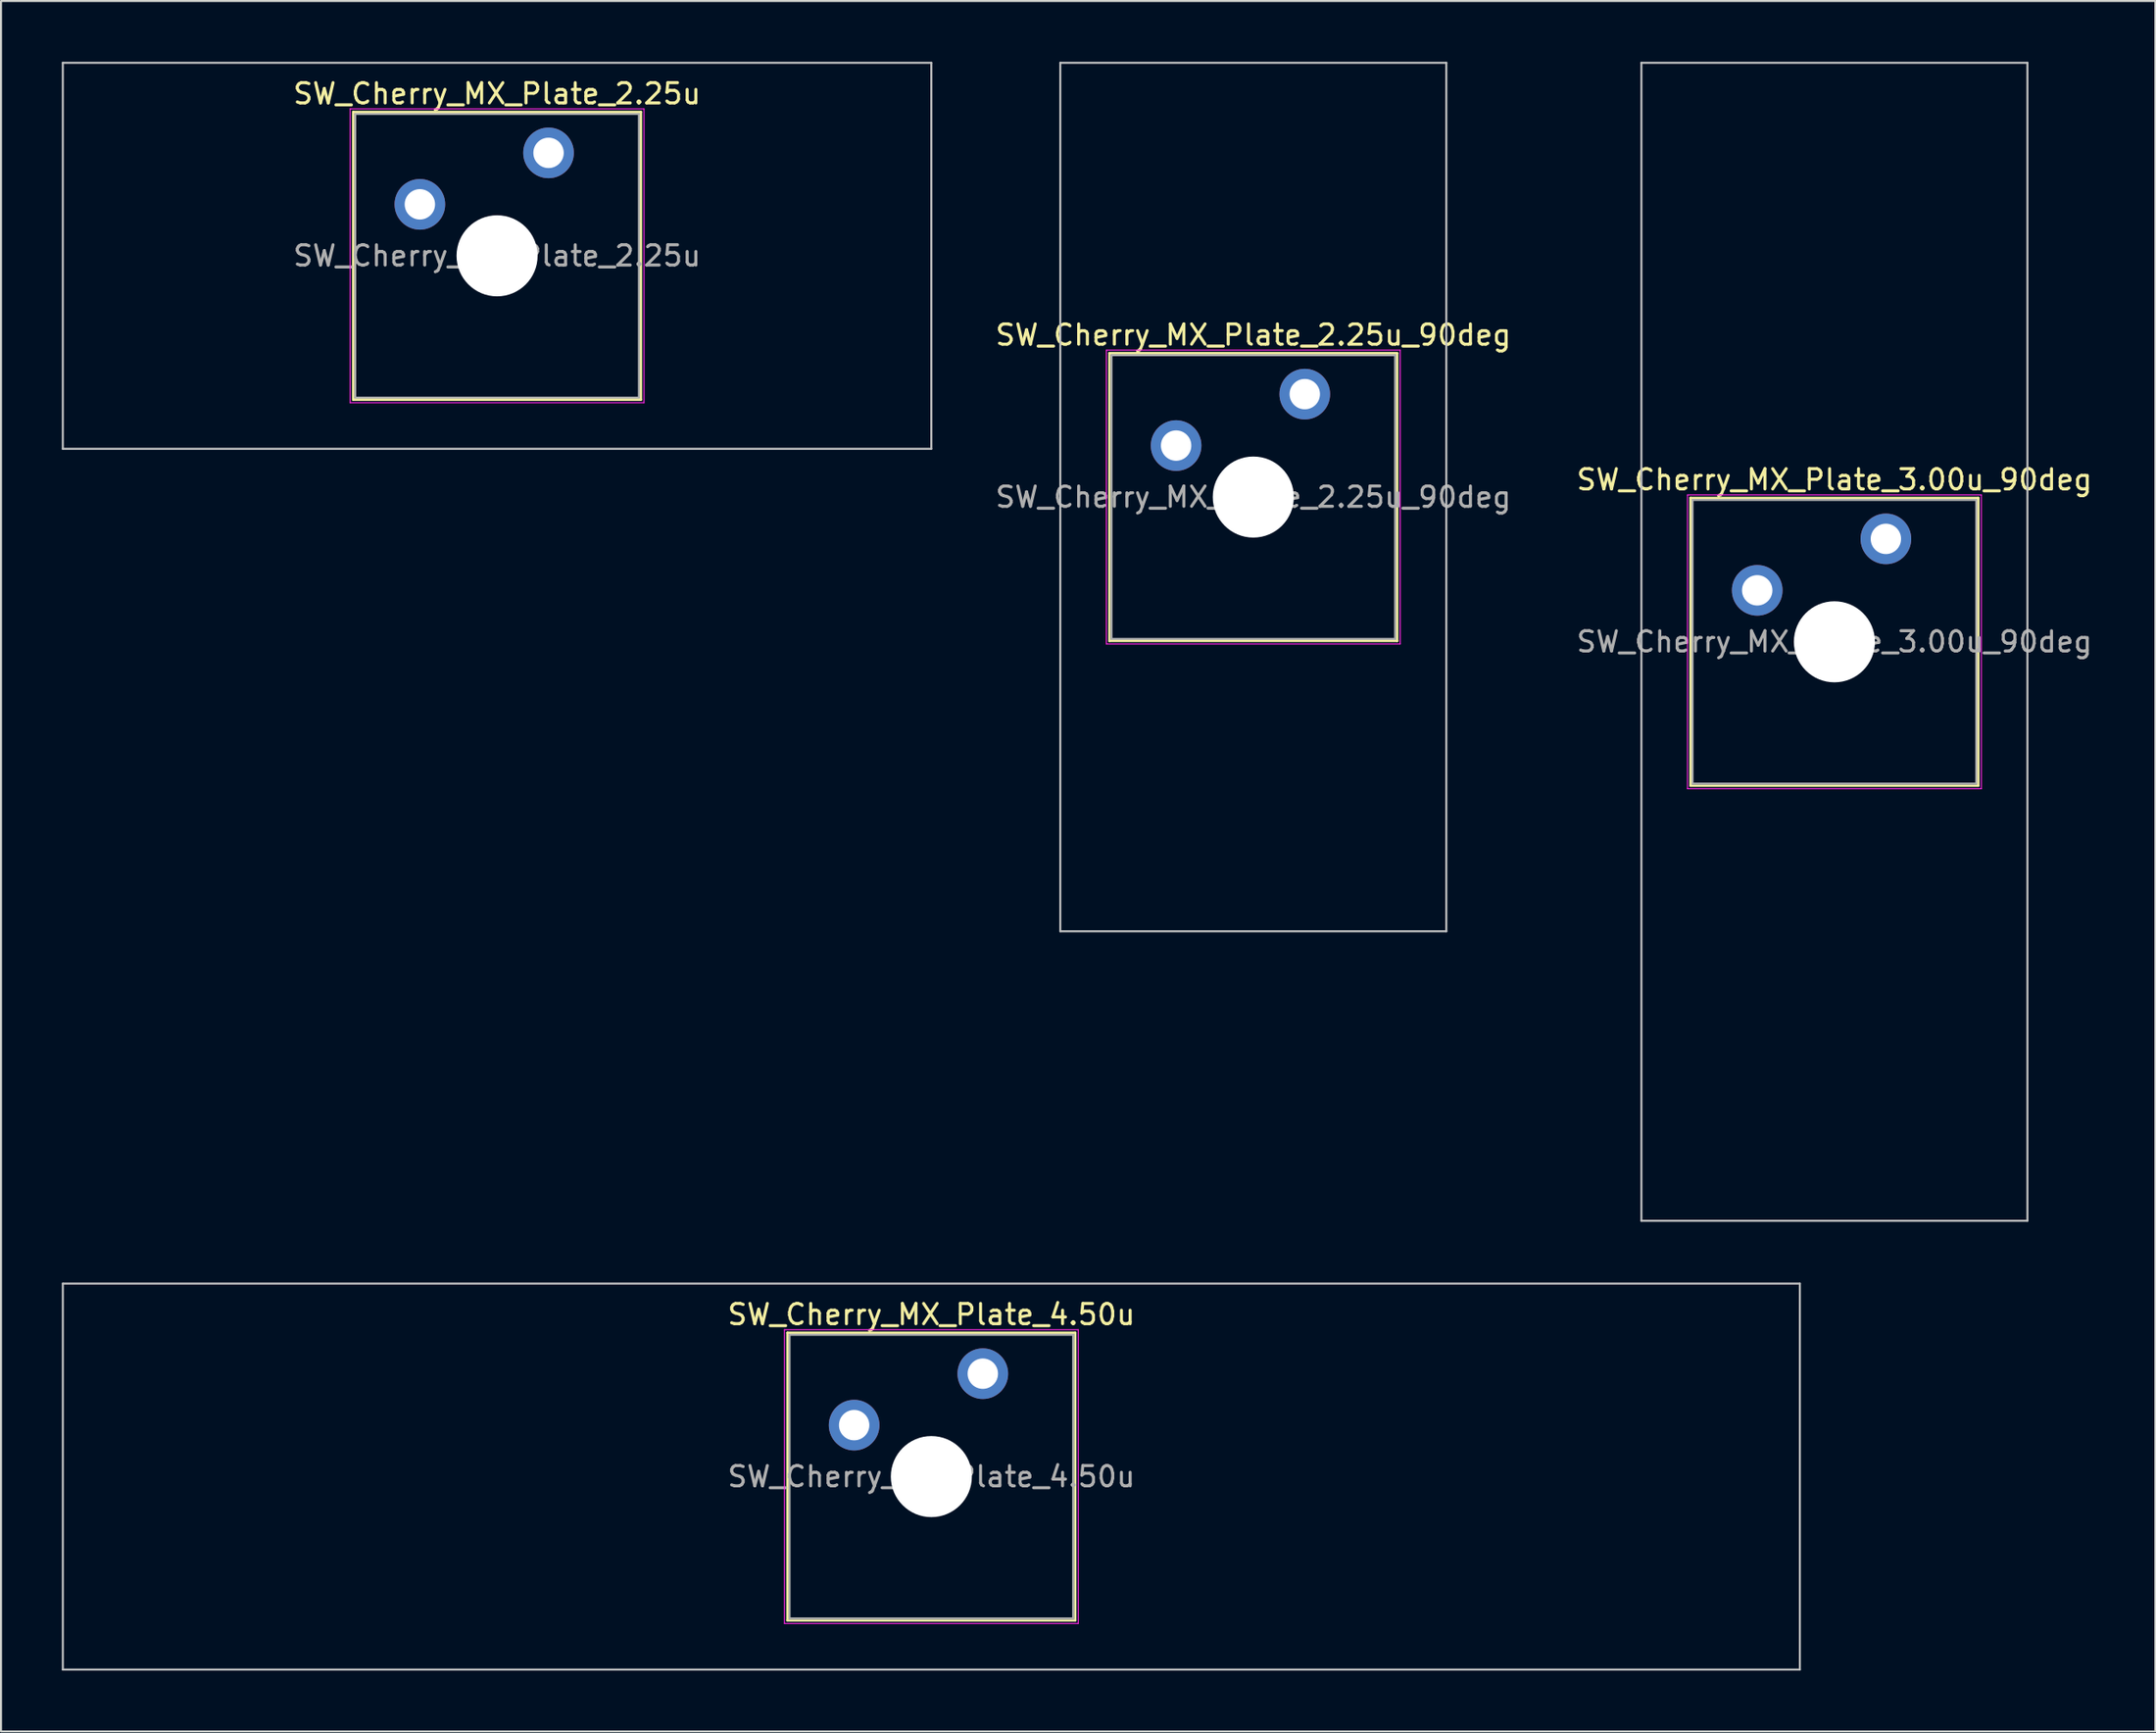
<source format=kicad_pcb>
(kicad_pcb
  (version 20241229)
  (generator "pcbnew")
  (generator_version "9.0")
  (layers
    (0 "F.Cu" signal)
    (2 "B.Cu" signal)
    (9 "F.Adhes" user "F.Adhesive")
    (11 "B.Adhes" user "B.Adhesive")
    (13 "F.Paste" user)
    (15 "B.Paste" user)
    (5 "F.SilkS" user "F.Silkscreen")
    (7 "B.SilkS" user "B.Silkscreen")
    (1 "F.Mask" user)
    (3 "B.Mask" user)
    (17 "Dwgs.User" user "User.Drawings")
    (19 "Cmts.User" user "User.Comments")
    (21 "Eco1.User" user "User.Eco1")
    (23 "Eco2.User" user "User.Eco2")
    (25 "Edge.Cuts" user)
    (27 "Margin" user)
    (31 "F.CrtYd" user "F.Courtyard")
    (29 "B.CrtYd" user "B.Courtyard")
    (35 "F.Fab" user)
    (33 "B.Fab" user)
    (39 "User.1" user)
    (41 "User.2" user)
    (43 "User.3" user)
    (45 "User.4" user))
  (footprint "SW_Cherry_MX_Plate_3.00u_90deg"
    (layer "F.Cu")
    (at 87.48 28.625)
    (property "Reference" "SW_Cherry_MX_Plate_3.00u_90deg" (at 0 -8 0) (layer "F.SilkS") (effects (font (size 1 1) (thickness 0.15))))
    (attr through_hole)
    (fp_line (start -7.1 -7.1) (end -7.1 7.1) (stroke (width 0.12) (type solid)) (layer "F.SilkS"))
    (fp_line (start -7.1 7.1) (end 7.1 7.1) (stroke (width 0.12) (type solid)) (layer "F.SilkS"))
    (fp_line (start 7.1 -7.1) (end -7.1 -7.1) (stroke (width 0.12) (type solid)) (layer "F.SilkS"))
    (fp_line (start 7.1 7.1) (end 7.1 -7.1) (stroke (width 0.12) (type solid)) (layer "F.SilkS"))
    (fp_line (start -9.525 -28.575) (end 9.525 -28.575) (stroke (width 0.1) (type solid)) (layer "Dwgs.User"))
    (fp_line (start -9.525 28.575) (end -9.525 -28.575) (stroke (width 0.1) (type solid)) (layer "Dwgs.User"))
    (fp_line (start 9.525 -28.575) (end 9.525 28.575) (stroke (width 0.1) (type solid)) (layer "Dwgs.User"))
    (fp_line (start 9.525 28.575) (end -9.525 28.575) (stroke (width 0.1) (type solid)) (layer "Dwgs.User"))
    (fp_line (start -7 -7) (end -7 7) (stroke (width 0.1) (type solid)) (layer "Eco1.User"))
    (fp_line (start -7 7) (end 7 7) (stroke (width 0.1) (type solid)) (layer "Eco1.User"))
    (fp_line (start 7 -7) (end -7 -7) (stroke (width 0.1) (type solid)) (layer "Eco1.User"))
    (fp_line (start 7 7) (end 7 -7) (stroke (width 0.1) (type solid)) (layer "Eco1.User"))
    (fp_line (start -7.25 -7.25) (end -7.25 7.25) (stroke (width 0.05) (type solid)) (layer "F.CrtYd"))
    (fp_line (start -7.25 7.25) (end 7.25 7.25) (stroke (width 0.05) (type solid)) (layer "F.CrtYd"))
    (fp_line (start 7.25 -7.25) (end -7.25 -7.25) (stroke (width 0.05) (type solid)) (layer "F.CrtYd"))
    (fp_line (start 7.25 7.25) (end 7.25 -7.25) (stroke (width 0.05) (type solid)) (layer "F.CrtYd"))
    (fp_line (start -7 -7) (end -7 7) (stroke (width 0.1) (type solid)) (layer "F.Fab"))
    (fp_line (start -7 7) (end 7 7) (stroke (width 0.1) (type solid)) (layer "F.Fab"))
    (fp_line (start 7 -7) (end -7 -7) (stroke (width 0.1) (type solid)) (layer "F.Fab"))
    (fp_line (start 7 7) (end 7 -7) (stroke (width 0.1) (type solid)) (layer "F.Fab"))
    (fp_text user "${REFERENCE}" (at 0 0 0) (layer "F.Fab") (effects (font (size 1 1) (thickness 0.15))))
    (pad "" smd circle (at -3.81 -2.54) (size 1.55 1.55) (layers "F.Mask"))
    (pad "" np_thru_hole circle (at 0 0) (size 4 4) (drill 4) (layers "*.Cu" "*.Mask"))
    (pad "" smd circle (at 2.54 -5.08) (size 1.55 1.55) (layers "F.Mask"))
    (pad "1" thru_hole circle (at -3.81 -2.54) (size 2.5 2.5) (drill 1.5) (layers "*.Cu" "B.Mask"))
    (pad "2" thru_hole circle (at 2.54 -5.08) (size 2.5 2.5) (drill 1.5) (layers "*.Cu" "B.Mask")))
  (footprint "SW_Cherry_MX_Plate_4.50u"
    (layer "F.Cu")
    (at 42.913 69.825)
    (property "Reference" "SW_Cherry_MX_Plate_4.50u" (at 0 -8 0) (layer "F.SilkS") (effects (font (size 1 1) (thickness 0.15))))
    (attr through_hole)
    (fp_line (start -7.1 -7.1) (end -7.1 7.1) (stroke (width 0.12) (type solid)) (layer "F.SilkS"))
    (fp_line (start -7.1 7.1) (end 7.1 7.1) (stroke (width 0.12) (type solid)) (layer "F.SilkS"))
    (fp_line (start 7.1 -7.1) (end -7.1 -7.1) (stroke (width 0.12) (type solid)) (layer "F.SilkS"))
    (fp_line (start 7.1 7.1) (end 7.1 -7.1) (stroke (width 0.12) (type solid)) (layer "F.SilkS"))
    (fp_line (start -42.862 -9.525) (end -42.862 9.525) (stroke (width 0.1) (type solid)) (layer "Dwgs.User"))
    (fp_line (start -42.862 9.525) (end 42.862 9.525) (stroke (width 0.1) (type solid)) (layer "Dwgs.User"))
    (fp_line (start 42.862 -9.525) (end -42.862 -9.525) (stroke (width 0.1) (type solid)) (layer "Dwgs.User"))
    (fp_line (start 42.862 9.525) (end 42.862 -9.525) (stroke (width 0.1) (type solid)) (layer "Dwgs.User"))
    (fp_line (start -7 -7) (end -7 7) (stroke (width 0.1) (type solid)) (layer "Eco1.User"))
    (fp_line (start -7 7) (end 7 7) (stroke (width 0.1) (type solid)) (layer "Eco1.User"))
    (fp_line (start 7 -7) (end -7 -7) (stroke (width 0.1) (type solid)) (layer "Eco1.User"))
    (fp_line (start 7 7) (end 7 -7) (stroke (width 0.1) (type solid)) (layer "Eco1.User"))
    (fp_line (start -7.25 -7.25) (end -7.25 7.25) (stroke (width 0.05) (type solid)) (layer "F.CrtYd"))
    (fp_line (start -7.25 7.25) (end 7.25 7.25) (stroke (width 0.05) (type solid)) (layer "F.CrtYd"))
    (fp_line (start 7.25 -7.25) (end -7.25 -7.25) (stroke (width 0.05) (type solid)) (layer "F.CrtYd"))
    (fp_line (start 7.25 7.25) (end 7.25 -7.25) (stroke (width 0.05) (type solid)) (layer "F.CrtYd"))
    (fp_line (start -7 -7) (end -7 7) (stroke (width 0.1) (type solid)) (layer "F.Fab"))
    (fp_line (start -7 7) (end 7 7) (stroke (width 0.1) (type solid)) (layer "F.Fab"))
    (fp_line (start 7 -7) (end -7 -7) (stroke (width 0.1) (type solid)) (layer "F.Fab"))
    (fp_line (start 7 7) (end 7 -7) (stroke (width 0.1) (type solid)) (layer "F.Fab"))
    (fp_text user "${REFERENCE}" (at 0 0 0) (layer "F.Fab") (effects (font (size 1 1) (thickness 0.15))))
    (pad "" smd circle (at -3.81 -2.54) (size 1.55 1.55) (layers "F.Mask"))
    (pad "" np_thru_hole circle (at 0 0) (size 4 4) (drill 4) (layers "*.Cu" "*.Mask"))
    (pad "" smd circle (at 2.54 -5.08) (size 1.55 1.55) (layers "F.Mask"))
    (pad "1" thru_hole circle (at -3.81 -2.54) (size 2.5 2.5) (drill 1.5) (layers "*.Cu" "B.Mask"))
    (pad "2" thru_hole circle (at 2.54 -5.08) (size 2.5 2.5) (drill 1.5) (layers "*.Cu" "B.Mask")))
  (footprint "SW_Cherry_MX_Plate_2.25u"
    (layer "F.Cu")
    (at 21.481 9.575)
    (property "Reference" "SW_Cherry_MX_Plate_2.25u" (at 0 -8 0) (layer "F.SilkS") (effects (font (size 1 1) (thickness 0.15))))
    (attr through_hole)
    (fp_line (start -7.1 -7.1) (end -7.1 7.1) (stroke (width 0.12) (type solid)) (layer "F.SilkS"))
    (fp_line (start -7.1 7.1) (end 7.1 7.1) (stroke (width 0.12) (type solid)) (layer "F.SilkS"))
    (fp_line (start 7.1 -7.1) (end -7.1 -7.1) (stroke (width 0.12) (type solid)) (layer "F.SilkS"))
    (fp_line (start 7.1 7.1) (end 7.1 -7.1) (stroke (width 0.12) (type solid)) (layer "F.SilkS"))
    (fp_line (start -21.431 -9.525) (end -21.431 9.525) (stroke (width 0.1) (type solid)) (layer "Dwgs.User"))
    (fp_line (start -21.431 9.525) (end 21.431 9.525) (stroke (width 0.1) (type solid)) (layer "Dwgs.User"))
    (fp_line (start 21.431 -9.525) (end -21.431 -9.525) (stroke (width 0.1) (type solid)) (layer "Dwgs.User"))
    (fp_line (start 21.431 9.525) (end 21.431 -9.525) (stroke (width 0.1) (type solid)) (layer "Dwgs.User"))
    (fp_line (start -7 -7) (end -7 7) (stroke (width 0.1) (type solid)) (layer "Eco1.User"))
    (fp_line (start -7 7) (end 7 7) (stroke (width 0.1) (type solid)) (layer "Eco1.User"))
    (fp_line (start 7 -7) (end -7 -7) (stroke (width 0.1) (type solid)) (layer "Eco1.User"))
    (fp_line (start 7 7) (end 7 -7) (stroke (width 0.1) (type solid)) (layer "Eco1.User"))
    (fp_line (start -7.25 -7.25) (end -7.25 7.25) (stroke (width 0.05) (type solid)) (layer "F.CrtYd"))
    (fp_line (start -7.25 7.25) (end 7.25 7.25) (stroke (width 0.05) (type solid)) (layer "F.CrtYd"))
    (fp_line (start 7.25 -7.25) (end -7.25 -7.25) (stroke (width 0.05) (type solid)) (layer "F.CrtYd"))
    (fp_line (start 7.25 7.25) (end 7.25 -7.25) (stroke (width 0.05) (type solid)) (layer "F.CrtYd"))
    (fp_line (start -7 -7) (end -7 7) (stroke (width 0.1) (type solid)) (layer "F.Fab"))
    (fp_line (start -7 7) (end 7 7) (stroke (width 0.1) (type solid)) (layer "F.Fab"))
    (fp_line (start 7 -7) (end -7 -7) (stroke (width 0.1) (type solid)) (layer "F.Fab"))
    (fp_line (start 7 7) (end 7 -7) (stroke (width 0.1) (type solid)) (layer "F.Fab"))
    (fp_text user "${REFERENCE}" (at 0 0 0) (layer "F.Fab") (effects (font (size 1 1) (thickness 0.15))))
    (pad "" smd circle (at -3.81 -2.54) (size 1.55 1.55) (layers "F.Mask"))
    (pad "" np_thru_hole circle (at 0 0) (size 4 4) (drill 4) (layers "*.Cu" "*.Mask"))
    (pad "" smd circle (at 2.54 -5.08) (size 1.55 1.55) (layers "F.Mask"))
    (pad "1" thru_hole circle (at -3.81 -2.54) (size 2.5 2.5) (drill 1.5) (layers "*.Cu" "B.Mask"))
    (pad "2" thru_hole circle (at 2.54 -5.08) (size 2.5 2.5) (drill 1.5) (layers "*.Cu" "B.Mask")))
  (footprint "SW_Cherry_MX_Plate_2.25u_90deg"
    (layer "F.Cu")
    (at 58.802 21.481)
    (property "Reference" "SW_Cherry_MX_Plate_2.25u_90deg" (at 0 -8 0) (layer "F.SilkS") (effects (font (size 1 1) (thickness 0.15))))
    (attr through_hole)
    (fp_line (start -7.1 -7.1) (end -7.1 7.1) (stroke (width 0.12) (type solid)) (layer "F.SilkS"))
    (fp_line (start -7.1 7.1) (end 7.1 7.1) (stroke (width 0.12) (type solid)) (layer "F.SilkS"))
    (fp_line (start 7.1 -7.1) (end -7.1 -7.1) (stroke (width 0.12) (type solid)) (layer "F.SilkS"))
    (fp_line (start 7.1 7.1) (end 7.1 -7.1) (stroke (width 0.12) (type solid)) (layer "F.SilkS"))
    (fp_line (start -9.525 -21.431) (end 9.525 -21.431) (stroke (width 0.1) (type solid)) (layer "Dwgs.User"))
    (fp_line (start -9.525 21.431) (end -9.525 -21.431) (stroke (width 0.1) (type solid)) (layer "Dwgs.User"))
    (fp_line (start 9.525 -21.431) (end 9.525 21.431) (stroke (width 0.1) (type solid)) (layer "Dwgs.User"))
    (fp_line (start 9.525 21.431) (end -9.525 21.431) (stroke (width 0.1) (type solid)) (layer "Dwgs.User"))
    (fp_line (start -7 -7) (end -7 7) (stroke (width 0.1) (type solid)) (layer "Eco1.User"))
    (fp_line (start -7 7) (end 7 7) (stroke (width 0.1) (type solid)) (layer "Eco1.User"))
    (fp_line (start 7 -7) (end -7 -7) (stroke (width 0.1) (type solid)) (layer "Eco1.User"))
    (fp_line (start 7 7) (end 7 -7) (stroke (width 0.1) (type solid)) (layer "Eco1.User"))
    (fp_line (start -7.25 -7.25) (end -7.25 7.25) (stroke (width 0.05) (type solid)) (layer "F.CrtYd"))
    (fp_line (start -7.25 7.25) (end 7.25 7.25) (stroke (width 0.05) (type solid)) (layer "F.CrtYd"))
    (fp_line (start 7.25 -7.25) (end -7.25 -7.25) (stroke (width 0.05) (type solid)) (layer "F.CrtYd"))
    (fp_line (start 7.25 7.25) (end 7.25 -7.25) (stroke (width 0.05) (type solid)) (layer "F.CrtYd"))
    (fp_line (start -7 -7) (end -7 7) (stroke (width 0.1) (type solid)) (layer "F.Fab"))
    (fp_line (start -7 7) (end 7 7) (stroke (width 0.1) (type solid)) (layer "F.Fab"))
    (fp_line (start 7 -7) (end -7 -7) (stroke (width 0.1) (type solid)) (layer "F.Fab"))
    (fp_line (start 7 7) (end 7 -7) (stroke (width 0.1) (type solid)) (layer "F.Fab"))
    (fp_text user "${REFERENCE}" (at 0 0 0) (layer "F.Fab") (effects (font (size 1 1) (thickness 0.15))))
    (pad "" smd circle (at -3.81 -2.54) (size 1.55 1.55) (layers "F.Mask"))
    (pad "" np_thru_hole circle (at 0 0) (size 4 4) (drill 4) (layers "*.Cu" "*.Mask"))
    (pad "" smd circle (at 2.54 -5.08) (size 1.55 1.55) (layers "F.Mask"))
    (pad "1" thru_hole circle (at -3.81 -2.54) (size 2.5 2.5) (drill 1.5) (layers "*.Cu" "B.Mask"))
    (pad "2" thru_hole circle (at 2.54 -5.08) (size 2.5 2.5) (drill 1.5) (layers "*.Cu" "B.Mask")))
  (gr_rect
    (start -3 -3)
    (end 103.32 82.4)
    (stroke (width 0.1) (type default))
    (fill no)
    (layer "Edge.Cuts")))
</source>
